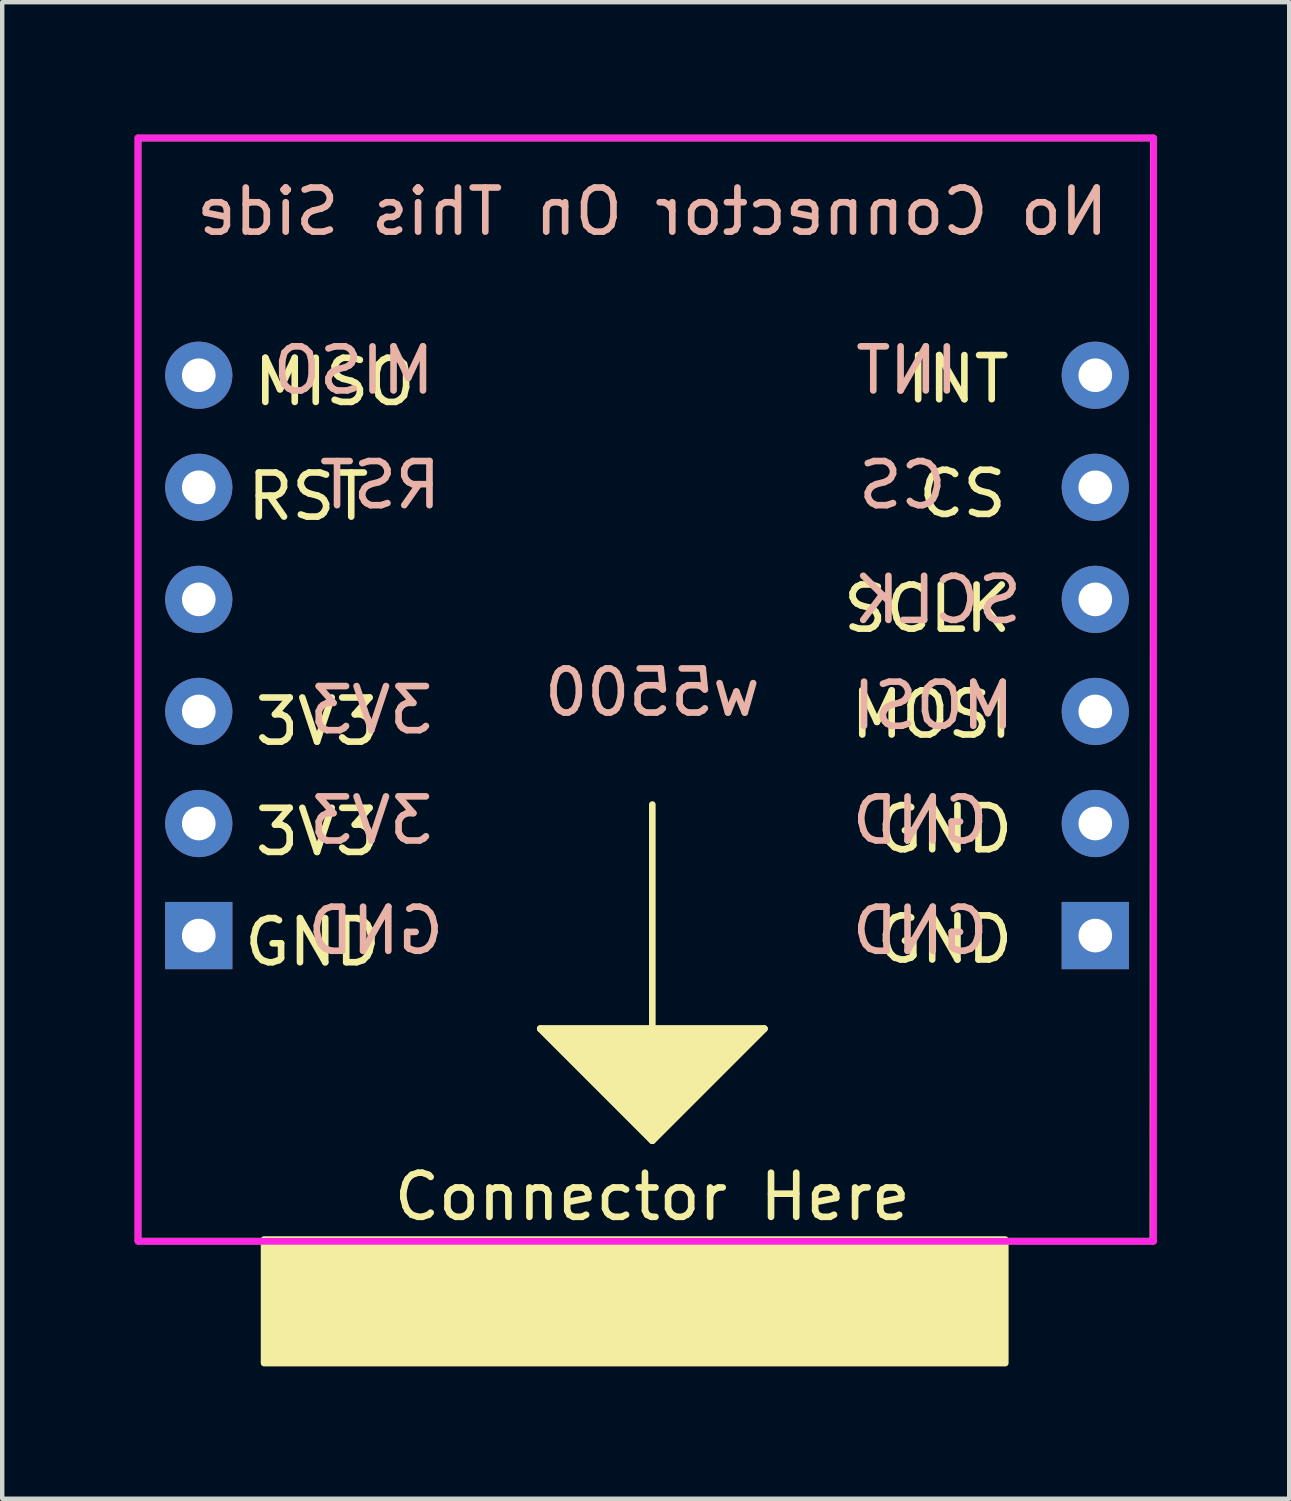
<source format=kicad_pcb>
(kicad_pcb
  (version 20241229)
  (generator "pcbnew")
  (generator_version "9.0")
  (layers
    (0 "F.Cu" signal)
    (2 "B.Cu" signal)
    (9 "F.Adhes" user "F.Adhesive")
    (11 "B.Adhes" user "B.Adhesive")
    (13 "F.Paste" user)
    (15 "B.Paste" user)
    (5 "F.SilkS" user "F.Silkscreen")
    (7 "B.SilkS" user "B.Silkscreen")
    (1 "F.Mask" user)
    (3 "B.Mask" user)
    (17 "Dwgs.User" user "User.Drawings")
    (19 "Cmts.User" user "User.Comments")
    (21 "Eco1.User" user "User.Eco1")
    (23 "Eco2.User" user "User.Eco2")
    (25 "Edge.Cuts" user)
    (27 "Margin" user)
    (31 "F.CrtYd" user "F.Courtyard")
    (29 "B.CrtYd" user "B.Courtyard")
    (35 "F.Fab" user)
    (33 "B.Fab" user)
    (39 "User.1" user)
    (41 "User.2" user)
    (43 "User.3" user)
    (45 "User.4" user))
  (footprint "w5500"
    (layer "F.Cu")
    (at 11.735 12.645)
    (property "Reference" "w5500" (at 0 0 0) (layer "B.SilkS") (effects (font (size 1 1) (thickness 0.15)) (justify mirror)))
    (attr through_hole)
    (fp_line (start -2.54 7.62) (end 0 10.16) (stroke (width 0.15) (type solid)) (layer "F.SilkS"))
    (fp_line (start 0 2.54) (end 0 7.62) (stroke (width 0.15) (type solid)) (layer "F.SilkS"))
    (fp_line (start 0 7.62) (end -2.54 7.62) (stroke (width 0.15) (type solid)) (layer "F.SilkS"))
    (fp_line (start 0 10.16) (end 2.54 7.62) (stroke (width 0.15) (type solid)) (layer "F.SilkS"))
    (fp_line (start 2.54 7.62) (end 0 7.62) (stroke (width 0.15) (type solid)) (layer "F.SilkS"))
    (fp_poly (pts (xy 0 10.16) (xy 2.54 7.62) (xy -2.54 7.62)) (stroke (width 0.15) (type solid)) (fill yes) (layer "F.SilkS"))
    (fp_poly (pts (xy -8.8 15.2) (xy 8 15.2) (xy 8 12.4) (xy -8.8 12.4)) (stroke (width 0.15) (type solid)) (fill yes) (layer "F.SilkS"))
    (fp_line (start -11.655 -12.565) (end -11.655 12.435) (stroke (width 0.15) (type solid)) (layer "B.SilkS"))
    (fp_line (start -11.655 12.435) (end 11.345 12.435) (stroke (width 0.15) (type solid)) (layer "B.SilkS"))
    (fp_line (start 11.345 -12.565) (end -11.655 -12.565) (stroke (width 0.15) (type solid)) (layer "B.SilkS"))
    (fp_line (start 11.345 12.435) (end 11.355 -12.565) (stroke (width 0.15) (type solid)) (layer "B.SilkS"))
    (fp_line (start -11.66 -12.57) (end 11.36 -12.57) (stroke (width 0.15) (type solid)) (layer "F.CrtYd"))
    (fp_line (start -11.66 12.43) (end -11.66 -12.57) (stroke (width 0.15) (type solid)) (layer "F.CrtYd"))
    (fp_line (start -11.66 12.43) (end -11.65 12.44) (stroke (width 0.15) (type solid)) (layer "F.CrtYd"))
    (fp_line (start 11.36 -12.57) (end 11.36 12.44) (stroke (width 0.15) (type solid)) (layer "F.CrtYd"))
    (fp_line (start 11.36 12.44) (end -11.65 12.44) (stroke (width 0.15) (type solid)) (layer "F.CrtYd"))
    (fp_text user "GND" (at -7.7 5.659 180) (layer "F.SilkS") (effects (font (size 1 1) (thickness 0.15))))
    (fp_text user "CS" (at 7.03 -4.502 180) (layer "F.SilkS") (effects (font (size 1 1) (thickness 0.15))))
    (fp_text user "INT" (at 6.93 -7.102 180) (layer "F.SilkS") (effects (font (size 1 1) (thickness 0.15))))
    (fp_text user "MOSI" (at 6.33 0.498 180) (layer "F.SilkS") (effects (font (size 1 1) (thickness 0.15))))
    (fp_text user "GND" (at 6.63 3.098 180) (layer "F.SilkS") (effects (font (size 1 1) (thickness 0.15))))
    (fp_text user "RST" (at -7.8 -4.441 180) (layer "F.SilkS") (effects (font (size 1 1) (thickness 0.15))))
    (fp_text user "Connector Here" (at 0 11.43 0) (layer "F.SilkS") (effects (font (size 1 1) (thickness 0.15))))
    (fp_text user "GND" (at 6.63 5.598 180) (layer "F.SilkS") (effects (font (size 1 1) (thickness 0.15))))
    (fp_text user "3V3" (at -7.6 3.159 180) (layer "F.SilkS") (effects (font (size 1 1) (thickness 0.15))))
    (fp_text user "3V3" (at -7.6 0.659 180) (layer "F.SilkS") (effects (font (size 1 1) (thickness 0.15))))
    (fp_text user "MISO" (at -7.2 -7.041 180) (layer "F.SilkS") (effects (font (size 1 1) (thickness 0.15))))
    (fp_text user "SCLK" (at 6.23 -1.902 180) (layer "F.SilkS") (effects (font (size 1 1) (thickness 0.15))))
    (fp_text user "3V3" (at -6.37 0.4 0) (layer "B.SilkS") (effects (font (size 1 1) (thickness 0.15)) (justify mirror)))
    (fp_text user "GND" (at 6.07 2.9 0) (layer "B.SilkS") (effects (font (size 1 1) (thickness 0.15)) (justify mirror)))
    (fp_text user "RST" (at -6.17 -4.7 0) (layer "B.SilkS") (effects (font (size 1 1) (thickness 0.15)) (justify mirror)))
    (fp_text user "3V3" (at -6.37 2.9 0) (layer "B.SilkS") (effects (font (size 1 1) (thickness 0.15)) (justify mirror)))
    (fp_text user "MISO" (at -6.77 -7.3 0) (layer "B.SilkS") (effects (font (size 1 1) (thickness 0.15)) (justify mirror)))
    (fp_text user "SCLK" (at 6.47 -2.1 0) (layer "B.SilkS") (effects (font (size 1 1) (thickness 0.15)) (justify mirror)))
    (fp_text user "No Connector On This Side" (at 0 -10.9 0) (layer "B.SilkS") (effects (font (size 1 1) (thickness 0.15)) (justify mirror)))
    (fp_text user "CS" (at 5.67 -4.7 0) (layer "B.SilkS") (effects (font (size 1 1) (thickness 0.15)) (justify mirror)))
    (fp_text user "MOSI" (at 6.37 0.3 0) (layer "B.SilkS") (effects (font (size 1 1) (thickness 0.15)) (justify mirror)))
    (fp_text user "INT" (at 5.77 -7.3 0) (layer "B.SilkS") (effects (font (size 1 1) (thickness 0.15)) (justify mirror)))
    (fp_text user "GND" (at -6.27 5.4 0) (layer "B.SilkS") (effects (font (size 1 1) (thickness 0.15)) (justify mirror)))
    (fp_text user "GND" (at 6.07 5.4 0) (layer "B.SilkS") (effects (font (size 1 1) (thickness 0.15)) (justify mirror)))
    (pad "1" thru_hole circle (at 10.04 -7.19) (size 1.524 1.524) (drill 0.762) (layers "*.Cu" "*.Mask"))
    (pad "2" thru_hole circle (at 10.04 -4.65) (size 1.524 1.524) (drill 0.762) (layers "*.Cu" "*.Mask"))
    (pad "3" thru_hole circle (at 10.04 -2.11) (size 1.524 1.524) (drill 0.762) (layers "*.Cu" "*.Mask"))
    (pad "4" thru_hole circle (at 10.04 0.43) (size 1.524 1.524) (drill 0.762) (layers "*.Cu" "*.Mask"))
    (pad "5" thru_hole circle (at 10.04 2.97) (size 1.524 1.524) (drill 0.762) (layers "*.Cu" "*.Mask"))
    (pad "6" thru_hole rect (at 10.04 5.51) (size 1.524 1.524) (drill 0.762) (layers "*.Cu" "*.Mask"))
    (pad "7" thru_hole circle (at -10.28 -7.19) (size 1.524 1.524) (drill 0.762) (layers "*.Cu" "*.Mask"))
    (pad "8" thru_hole circle (at -10.28 -4.65) (size 1.524 1.524) (drill 0.762) (layers "*.Cu" "*.Mask"))
    (pad "9" thru_hole circle (at -10.28 -2.11) (size 1.524 1.524) (drill 0.762) (layers "*.Cu" "*.Mask"))
    (pad "10" thru_hole circle (at -10.28 0.43) (size 1.524 1.524) (drill 0.762) (layers "*.Cu" "*.Mask"))
    (pad "11" thru_hole circle (at -10.28 2.97) (size 1.524 1.524) (drill 0.762) (layers "*.Cu" "*.Mask"))
    (pad "12" thru_hole rect (at -10.28 5.51) (size 1.524 1.524) (drill 0.762) (layers "*.Cu" "*.Mask")))
  (gr_rect
    (start -3 -3)
    (end 26.17 30.92)
    (stroke (width 0.1) (type default))
    (fill no)
    (layer "Edge.Cuts")))
</source>
